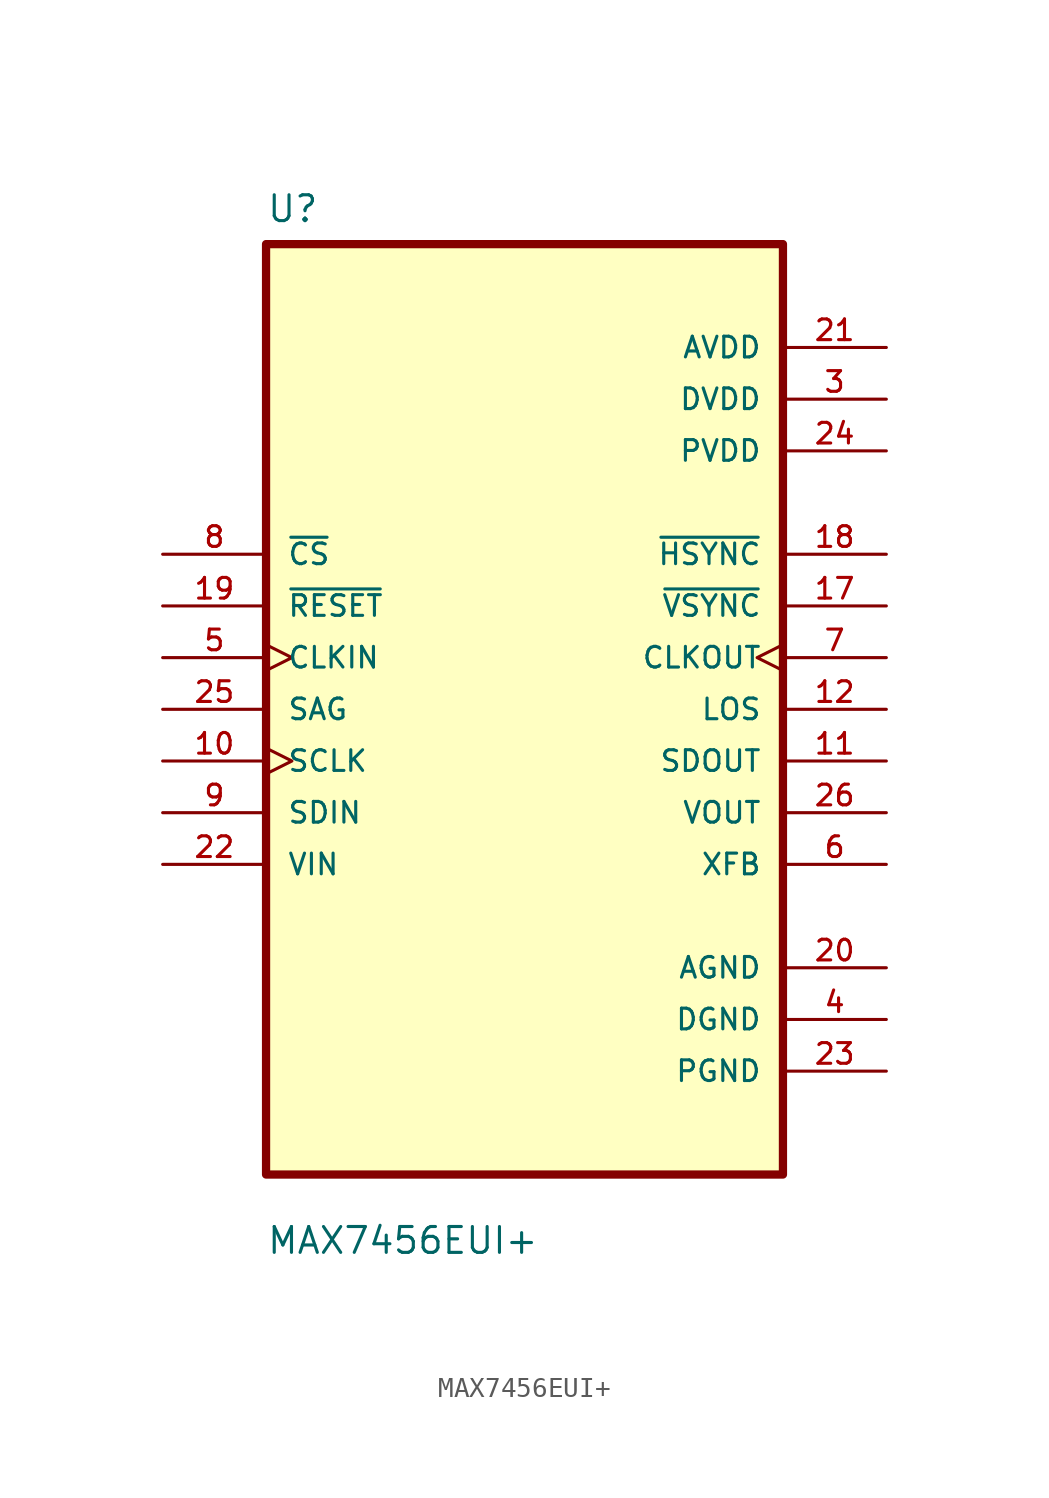
<source format=kicad_sym>
(kicad_symbol_lib
  (version 20241209)
  (generator "kicad_symbol_editor")
  (generator_version "9.0")
  (symbol "MAX7456EUI+"
    (pin_names
      (offset 1.016))
    (property "Reference" "U"
      (at -12.7 23.851 0)
      (effects (font (size 1.27 1.27)) (justify left bottom)))
    (property "Value" "MAX7456EUI+"
      (at -12.7 -26.848 0)
      (effects (font (size 1.27 1.27)) (justify left bottom)))
    (symbol "MAX7456EUI+_0_0"
      (rectangle (start -12.7 22.86) (end 12.7 -22.86) (stroke (width 0.406) (type solid)) (fill (type background)))
      (pin input line (at -17.78 7.62 0) (length 5.08) (name "~{CS}" (effects (font (size 1.016 1.016)))) (number "8" (effects (font (size 1.016 1.016)))))
      (pin input line (at -17.78 5.08 0) (length 5.08) (name "~{RESET}" (effects (font (size 1.016 1.016)))) (number "19" (effects (font (size 1.016 1.016)))))
      (pin input clock (at -17.78 2.54 0) (length 5.08) (name "CLKIN" (effects (font (size 1.016 1.016)))) (number "5" (effects (font (size 1.016 1.016)))))
      (pin input line (at -17.78 0 0) (length 5.08) (name "SAG" (effects (font (size 1.016 1.016)))) (number "25" (effects (font (size 1.016 1.016)))))
      (pin input clock (at -17.78 -2.54 0) (length 5.08) (name "SCLK" (effects (font (size 1.016 1.016)))) (number "10" (effects (font (size 1.016 1.016)))))
      (pin input line (at -17.78 -5.08 0) (length 5.08) (name "SDIN" (effects (font (size 1.016 1.016)))) (number "9" (effects (font (size 1.016 1.016)))))
      (pin input line (at -17.78 -7.62 0) (length 5.08) (name "VIN" (effects (font (size 1.016 1.016)))) (number "22" (effects (font (size 1.016 1.016)))))
      (pin power_in line (at 17.78 17.78 180) (length 5.08) (name "AVDD" (effects (font (size 1.016 1.016)))) (number "21" (effects (font (size 1.016 1.016)))))
      (pin power_in line (at 17.78 15.24 180) (length 5.08) (name "DVDD" (effects (font (size 1.016 1.016)))) (number "3" (effects (font (size 1.016 1.016)))))
      (pin power_in line (at 17.78 12.7 180) (length 5.08) (name "PVDD" (effects (font (size 1.016 1.016)))) (number "24" (effects (font (size 1.016 1.016)))))
      (pin output line (at 17.78 7.62 180) (length 5.08) (name "~{HSYNC}" (effects (font (size 1.016 1.016)))) (number "18" (effects (font (size 1.016 1.016)))))
      (pin output line (at 17.78 5.08 180) (length 5.08) (name "~{VSYNC}" (effects (font (size 1.016 1.016)))) (number "17" (effects (font (size 1.016 1.016)))))
      (pin output clock (at 17.78 2.54 180) (length 5.08) (name "CLKOUT" (effects (font (size 1.016 1.016)))) (number "7" (effects (font (size 1.016 1.016)))))
      (pin output line (at 17.78 0 180) (length 5.08) (name "LOS" (effects (font (size 1.016 1.016)))) (number "12" (effects (font (size 1.016 1.016)))))
      (pin output line (at 17.78 -2.54 180) (length 5.08) (name "SDOUT" (effects (font (size 1.016 1.016)))) (number "11" (effects (font (size 1.016 1.016)))))
      (pin output line (at 17.78 -5.08 180) (length 5.08) (name "VOUT" (effects (font (size 1.016 1.016)))) (number "26" (effects (font (size 1.016 1.016)))))
      (pin output line (at 17.78 -7.62 180) (length 5.08) (name "XFB" (effects (font (size 1.016 1.016)))) (number "6" (effects (font (size 1.016 1.016)))))
      (pin power_in line (at 17.78 -12.7 180) (length 5.08) (name "AGND" (effects (font (size 1.016 1.016)))) (number "20" (effects (font (size 1.016 1.016)))))
      (pin power_in line (at 17.78 -15.24 180) (length 5.08) (name "DGND" (effects (font (size 1.016 1.016)))) (number "4" (effects (font (size 1.016 1.016)))))
      (pin power_in line (at 17.78 -17.78 180) (length 5.08) (name "PGND" (effects (font (size 1.016 1.016)))) (number "23" (effects (font (size 1.016 1.016))))))))
</source>
